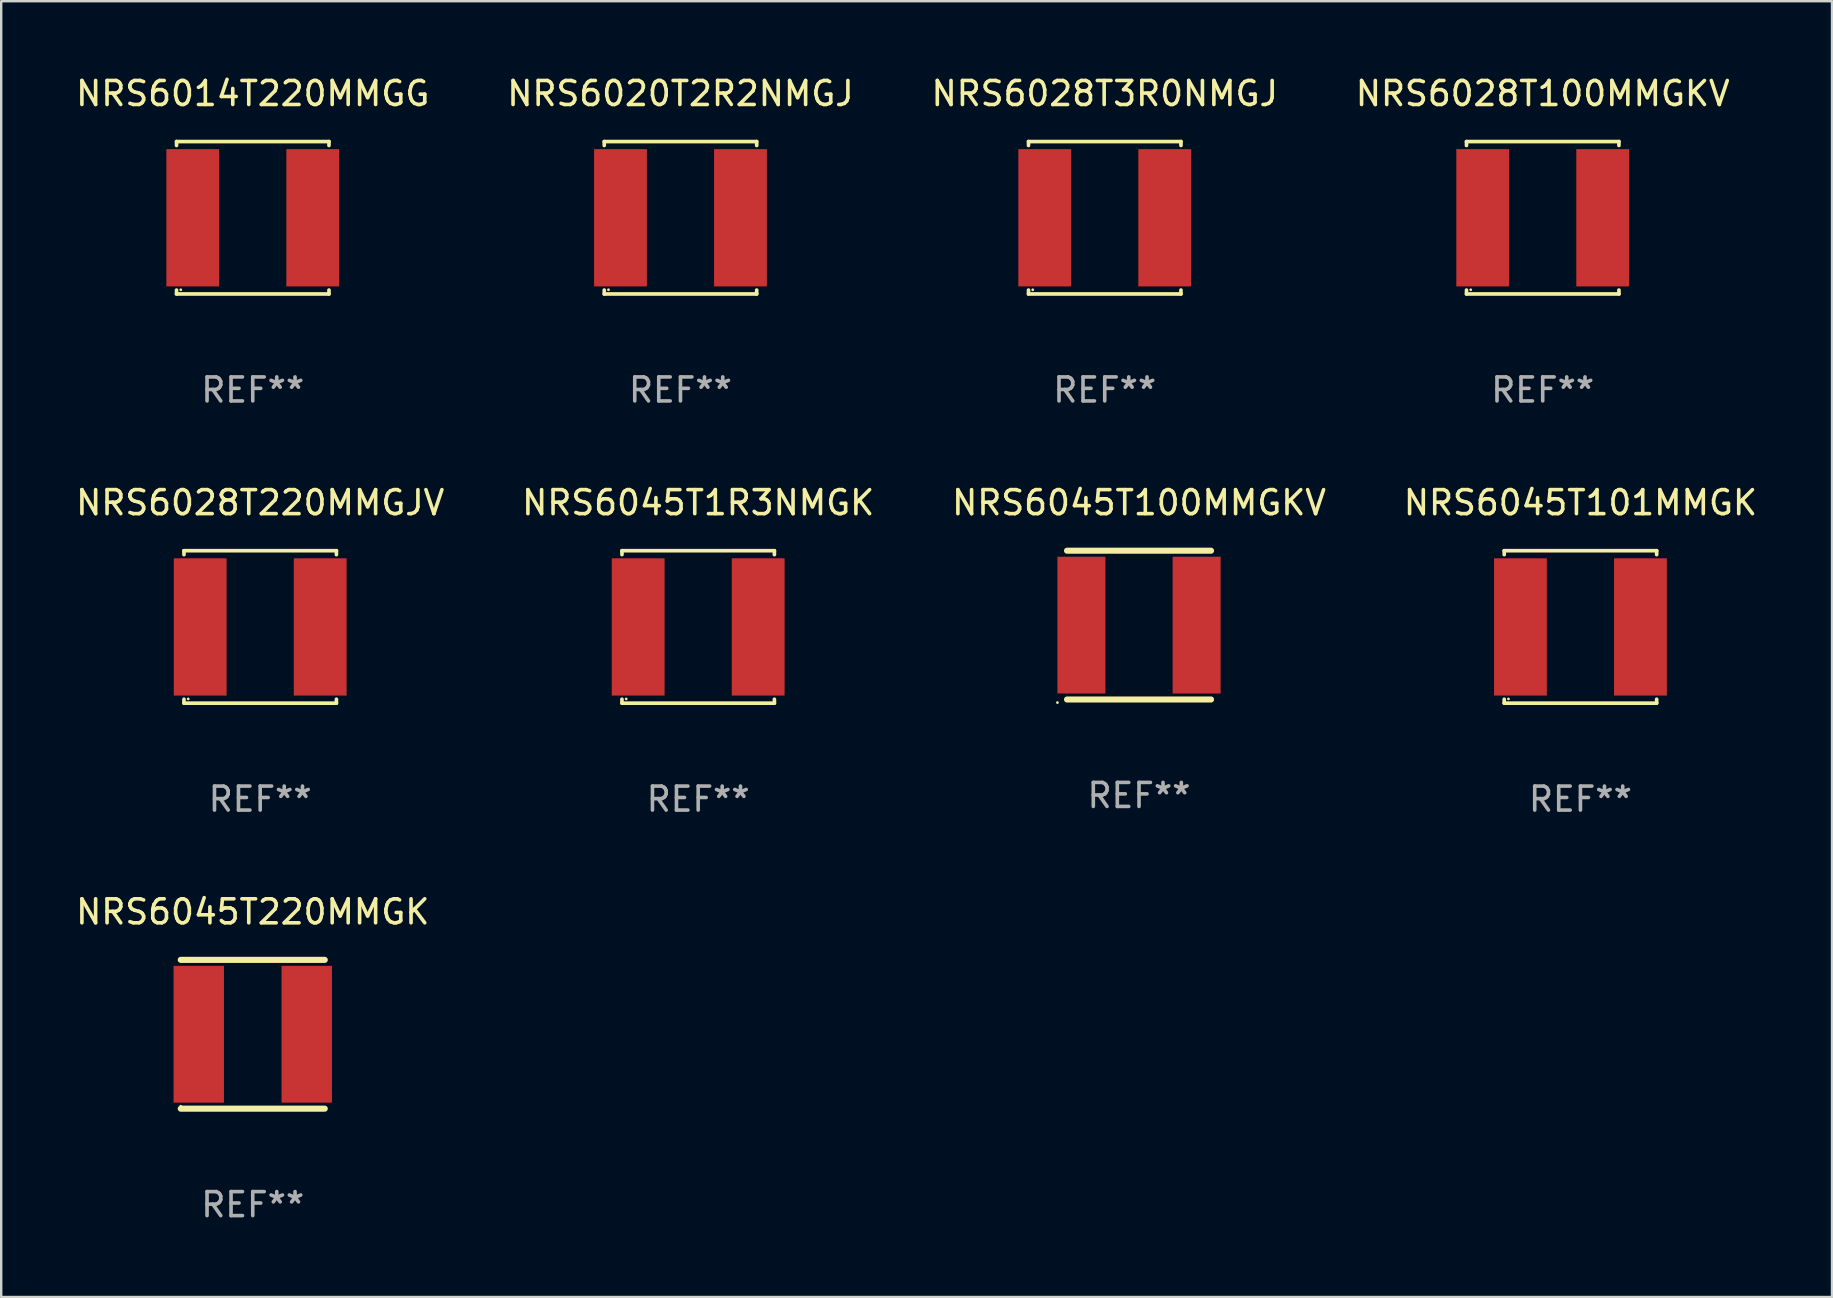
<source format=kicad_pcb>
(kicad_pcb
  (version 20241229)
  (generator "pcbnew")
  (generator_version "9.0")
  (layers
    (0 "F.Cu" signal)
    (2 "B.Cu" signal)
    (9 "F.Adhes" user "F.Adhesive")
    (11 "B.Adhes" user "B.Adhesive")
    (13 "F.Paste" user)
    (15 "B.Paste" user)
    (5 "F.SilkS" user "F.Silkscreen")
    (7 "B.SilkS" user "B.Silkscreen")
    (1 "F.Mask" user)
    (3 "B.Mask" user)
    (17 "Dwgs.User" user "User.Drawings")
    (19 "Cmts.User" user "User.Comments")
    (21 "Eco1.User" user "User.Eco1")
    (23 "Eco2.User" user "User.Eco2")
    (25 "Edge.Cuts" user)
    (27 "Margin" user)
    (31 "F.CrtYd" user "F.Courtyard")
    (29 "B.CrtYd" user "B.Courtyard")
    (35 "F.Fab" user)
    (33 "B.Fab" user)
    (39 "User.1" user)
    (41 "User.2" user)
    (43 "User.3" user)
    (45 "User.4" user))
  (footprint "NRS6028T220MMGJV"
    (layer "F.Cu")
    (at 7.792 23.073)
    (property "Reference" "NRS6028T220MMGJV" (at 0 -5.176 0) (layer "F.SilkS") (effects (font (size 1 1) (thickness 0.15))))
    (attr through_hole)
    (fp_line (start -3.176 -3.176) (end 3.176 -3.176) (stroke (width 0.152) (type solid)) (layer "F.SilkS"))
    (fp_line (start -3.176 -3.012) (end -3.176 -3.176) (stroke (width 0.152) (type solid)) (layer "F.SilkS"))
    (fp_line (start -3.176 3.012) (end -3.176 3.176) (stroke (width 0.152) (type solid)) (layer "F.SilkS"))
    (fp_line (start -3.176 3.176) (end 3.176 3.176) (stroke (width 0.152) (type solid)) (layer "F.SilkS"))
    (fp_line (start 3.176 -3.176) (end 3.176 -3.012) (stroke (width 0.152) (type solid)) (layer "F.SilkS"))
    (fp_line (start 3.176 3.176) (end 3.176 3.012) (stroke (width 0.152) (type solid)) (layer "F.SilkS"))
    (fp_circle (center -3 3) (end -2.97 3) (stroke (width 0.06) (type solid)) (fill no) (layer "F.SilkS"))
    (fp_text user "REF**" (at 0 7.176 0) (layer "F.Fab") (effects (font (size 1 1) (thickness 0.15))))
    (pad "1" smd rect (at -2.5 0) (size 2.2 5.72) (layers "F.Cu" "F.Mask" "F.Paste"))
    (pad "2" smd rect (at 2.5 0) (size 2.2 5.72) (layers "F.Cu" "F.Mask" "F.Paste")))
  (footprint "NRS6020T2R2NMGJ"
    (layer "F.Cu")
    (at 25.304 6.024)
    (property "Reference" "NRS6020T2R2NMGJ" (at 0 -5.176 0) (layer "F.SilkS") (effects (font (size 1 1) (thickness 0.15))))
    (attr through_hole)
    (fp_line (start -3.176 -3.176) (end 3.176 -3.176) (stroke (width 0.152) (type solid)) (layer "F.SilkS"))
    (fp_line (start -3.176 -3.012) (end -3.176 -3.176) (stroke (width 0.152) (type solid)) (layer "F.SilkS"))
    (fp_line (start -3.176 3.012) (end -3.176 3.176) (stroke (width 0.152) (type solid)) (layer "F.SilkS"))
    (fp_line (start -3.176 3.176) (end 3.176 3.176) (stroke (width 0.152) (type solid)) (layer "F.SilkS"))
    (fp_line (start 3.176 -3.176) (end 3.176 -3.012) (stroke (width 0.152) (type solid)) (layer "F.SilkS"))
    (fp_line (start 3.176 3.176) (end 3.176 3.012) (stroke (width 0.152) (type solid)) (layer "F.SilkS"))
    (fp_circle (center -3 3) (end -2.97 3) (stroke (width 0.06) (type solid)) (fill no) (layer "F.SilkS"))
    (fp_text user "REF**" (at 0 7.176 0) (layer "F.Fab") (effects (font (size 1 1) (thickness 0.15))))
    (pad "1" smd rect (at -2.5 0) (size 2.2 5.72) (layers "F.Cu" "F.Mask" "F.Paste"))
    (pad "2" smd rect (at 2.5 0) (size 2.2 5.72) (layers "F.Cu" "F.Mask" "F.Paste")))
  (footprint "NRS6014T220MMGG"
    (layer "F.Cu")
    (at 7.482 6.024)
    (property "Reference" "NRS6014T220MMGG" (at 0 -5.176 0) (layer "F.SilkS") (effects (font (size 1 1) (thickness 0.15))))
    (attr through_hole)
    (fp_line (start -3.176 -3.176) (end 3.176 -3.176) (stroke (width 0.152) (type solid)) (layer "F.SilkS"))
    (fp_line (start -3.176 -3.012) (end -3.176 -3.176) (stroke (width 0.152) (type solid)) (layer "F.SilkS"))
    (fp_line (start -3.176 3.012) (end -3.176 3.176) (stroke (width 0.152) (type solid)) (layer "F.SilkS"))
    (fp_line (start -3.176 3.176) (end 3.176 3.176) (stroke (width 0.152) (type solid)) (layer "F.SilkS"))
    (fp_line (start 3.176 -3.176) (end 3.176 -3.012) (stroke (width 0.152) (type solid)) (layer "F.SilkS"))
    (fp_line (start 3.176 3.176) (end 3.176 3.012) (stroke (width 0.152) (type solid)) (layer "F.SilkS"))
    (fp_circle (center -3 3) (end -2.97 3) (stroke (width 0.06) (type solid)) (fill no) (layer "F.SilkS"))
    (fp_text user "REF**" (at 0 7.176 0) (layer "F.Fab") (effects (font (size 1 1) (thickness 0.15))))
    (pad "1" smd rect (at -2.5 0) (size 2.2 5.72) (layers "F.Cu" "F.Mask" "F.Paste"))
    (pad "2" smd rect (at 2.5 0) (size 2.2 5.72) (layers "F.Cu" "F.Mask" "F.Paste")))
  (footprint "NRS6028T100MMGKV"
    (layer "F.Cu")
    (at 61.232 6.024)
    (property "Reference" "NRS6028T100MMGKV" (at 0 -5.176 0) (layer "F.SilkS") (effects (font (size 1 1) (thickness 0.15))))
    (attr through_hole)
    (fp_line (start -3.176 -3.176) (end 3.176 -3.176) (stroke (width 0.152) (type solid)) (layer "F.SilkS"))
    (fp_line (start -3.176 -3.012) (end -3.176 -3.176) (stroke (width 0.152) (type solid)) (layer "F.SilkS"))
    (fp_line (start -3.176 3.012) (end -3.176 3.176) (stroke (width 0.152) (type solid)) (layer "F.SilkS"))
    (fp_line (start -3.176 3.176) (end 3.176 3.176) (stroke (width 0.152) (type solid)) (layer "F.SilkS"))
    (fp_line (start 3.176 -3.176) (end 3.176 -3.012) (stroke (width 0.152) (type solid)) (layer "F.SilkS"))
    (fp_line (start 3.176 3.176) (end 3.176 3.012) (stroke (width 0.152) (type solid)) (layer "F.SilkS"))
    (fp_circle (center -3 3) (end -2.97 3) (stroke (width 0.06) (type solid)) (fill no) (layer "F.SilkS"))
    (fp_text user "REF**" (at 0 7.176 0) (layer "F.Fab") (effects (font (size 1 1) (thickness 0.15))))
    (pad "1" smd rect (at -2.5 0) (size 2.2 5.72) (layers "F.Cu" "F.Mask" "F.Paste"))
    (pad "2" smd rect (at 2.5 0) (size 2.2 5.72) (layers "F.Cu" "F.Mask" "F.Paste")))
  (footprint "NRS6045T100MMGKV"
    (layer "F.Cu")
    (at 44.411 22.997)
    (property "Reference" "NRS6045T100MMGKV" (at 0 -5.1 0) (layer "F.SilkS") (effects (font (size 1 1) (thickness 0.15))))
    (attr through_hole)
    (fp_line (start -3 -3.1) (end 3 -3.1) (stroke (width 0.254) (type solid)) (layer "F.SilkS"))
    (fp_line (start -3 3.1) (end 3 3.1) (stroke (width 0.254) (type solid)) (layer "F.SilkS"))
    (fp_circle (center -3.4 3.227) (end -3.37 3.227) (stroke (width 0.06) (type solid)) (fill no) (layer "F.SilkS"))
    (fp_text user "REF**" (at 0 7.1 0) (layer "F.Fab") (effects (font (size 1 1) (thickness 0.15))))
    (pad "1" smd rect (at -2.4 0) (size 2 5.7) (layers "F.Cu" "F.Mask" "F.Paste"))
    (pad "2" smd rect (at 2.4 0) (size 2 5.7) (layers "F.Cu" "F.Mask" "F.Paste")))
  (footprint "NRS6045T220MMGK"
    (layer "F.Cu")
    (at 7.482 40.046)
    (property "Reference" "NRS6045T220MMGK" (at 0 -5.1 0) (layer "F.SilkS") (effects (font (size 1 1) (thickness 0.15))))
    (attr through_hole)
    (fp_line (start -3 -3.1) (end 3 -3.1) (stroke (width 0.254) (type solid)) (layer "F.SilkS"))
    (fp_line (start -3 3.1) (end 3 3.1) (stroke (width 0.254) (type solid)) (layer "F.SilkS"))
    (fp_circle (center -3 3) (end -2.97 3) (stroke (width 0.06) (type solid)) (fill no) (layer "F.SilkS"))
    (fp_text user "REF**" (at 0 7.1 0) (layer "F.Fab") (effects (font (size 1 1) (thickness 0.15))))
    (pad "1" smd rect (at -2.25 0) (size 2.1 5.7) (layers "F.Cu" "F.Mask" "F.Paste"))
    (pad "2" smd rect (at 2.25 0) (size 2.1 5.7) (layers "F.Cu" "F.Mask" "F.Paste")))
  (footprint "NRS6045T1R3NMGK"
    (layer "F.Cu")
    (at 26.042 23.073)
    (property "Reference" "NRS6045T1R3NMGK" (at 0 -5.176 0) (layer "F.SilkS") (effects (font (size 1 1) (thickness 0.15))))
    (attr through_hole)
    (fp_line (start -3.176 -3.176) (end 3.176 -3.176) (stroke (width 0.152) (type solid)) (layer "F.SilkS"))
    (fp_line (start -3.176 -3.012) (end -3.176 -3.176) (stroke (width 0.152) (type solid)) (layer "F.SilkS"))
    (fp_line (start -3.176 3.012) (end -3.176 3.176) (stroke (width 0.152) (type solid)) (layer "F.SilkS"))
    (fp_line (start -3.176 3.176) (end 3.176 3.176) (stroke (width 0.152) (type solid)) (layer "F.SilkS"))
    (fp_line (start 3.176 -3.176) (end 3.176 -3.012) (stroke (width 0.152) (type solid)) (layer "F.SilkS"))
    (fp_line (start 3.176 3.176) (end 3.176 3.012) (stroke (width 0.152) (type solid)) (layer "F.SilkS"))
    (fp_circle (center -3 3) (end -2.97 3) (stroke (width 0.06) (type solid)) (fill no) (layer "F.SilkS"))
    (fp_text user "REF**" (at 0 7.176 0) (layer "F.Fab") (effects (font (size 1 1) (thickness 0.15))))
    (pad "1" smd rect (at -2.5 0) (size 2.2 5.72) (layers "F.Cu" "F.Mask" "F.Paste"))
    (pad "2" smd rect (at 2.5 0) (size 2.2 5.72) (layers "F.Cu" "F.Mask" "F.Paste")))
  (footprint "NRS6028T3R0NMGJ"
    (layer "F.Cu")
    (at 42.982 6.024)
    (property "Reference" "NRS6028T3R0NMGJ" (at 0 -5.176 0) (layer "F.SilkS") (effects (font (size 1 1) (thickness 0.15))))
    (attr through_hole)
    (fp_line (start -3.176 -3.176) (end 3.176 -3.176) (stroke (width 0.152) (type solid)) (layer "F.SilkS"))
    (fp_line (start -3.176 -3.012) (end -3.176 -3.176) (stroke (width 0.152) (type solid)) (layer "F.SilkS"))
    (fp_line (start -3.176 3.012) (end -3.176 3.176) (stroke (width 0.152) (type solid)) (layer "F.SilkS"))
    (fp_line (start -3.176 3.176) (end 3.176 3.176) (stroke (width 0.152) (type solid)) (layer "F.SilkS"))
    (fp_line (start 3.176 -3.176) (end 3.176 -3.012) (stroke (width 0.152) (type solid)) (layer "F.SilkS"))
    (fp_line (start 3.176 3.176) (end 3.176 3.012) (stroke (width 0.152) (type solid)) (layer "F.SilkS"))
    (fp_circle (center -3 3) (end -2.97 3) (stroke (width 0.06) (type solid)) (fill no) (layer "F.SilkS"))
    (fp_text user "REF**" (at 0 7.176 0) (layer "F.Fab") (effects (font (size 1 1) (thickness 0.15))))
    (pad "1" smd rect (at -2.5 0) (size 2.2 5.72) (layers "F.Cu" "F.Mask" "F.Paste"))
    (pad "2" smd rect (at 2.5 0) (size 2.2 5.72) (layers "F.Cu" "F.Mask" "F.Paste")))
  (footprint "NRS6045T101MMGK"
    (layer "F.Cu")
    (at 62.804 23.073)
    (property "Reference" "NRS6045T101MMGK" (at 0 -5.176 0) (layer "F.SilkS") (effects (font (size 1 1) (thickness 0.15))))
    (attr through_hole)
    (fp_line (start -3.176 -3.176) (end 3.176 -3.176) (stroke (width 0.152) (type solid)) (layer "F.SilkS"))
    (fp_line (start -3.176 -3.012) (end -3.176 -3.176) (stroke (width 0.152) (type solid)) (layer "F.SilkS"))
    (fp_line (start -3.176 3.012) (end -3.176 3.176) (stroke (width 0.152) (type solid)) (layer "F.SilkS"))
    (fp_line (start -3.176 3.176) (end 3.176 3.176) (stroke (width 0.152) (type solid)) (layer "F.SilkS"))
    (fp_line (start 3.176 -3.176) (end 3.176 -3.012) (stroke (width 0.152) (type solid)) (layer "F.SilkS"))
    (fp_line (start 3.176 3.176) (end 3.176 3.012) (stroke (width 0.152) (type solid)) (layer "F.SilkS"))
    (fp_circle (center -3 3) (end -2.97 3) (stroke (width 0.06) (type solid)) (fill no) (layer "F.SilkS"))
    (fp_text user "REF**" (at 0 7.176 0) (layer "F.Fab") (effects (font (size 1 1) (thickness 0.15))))
    (pad "1" smd rect (at -2.5 0) (size 2.2 5.72) (layers "F.Cu" "F.Mask" "F.Paste"))
    (pad "2" smd rect (at 2.5 0) (size 2.2 5.72) (layers "F.Cu" "F.Mask" "F.Paste")))
  (gr_rect
    (start -3 -3)
    (end 73.286 50.994)
    (stroke (width 0.1) (type default))
    (fill no)
    (layer "Edge.Cuts")))
</source>
